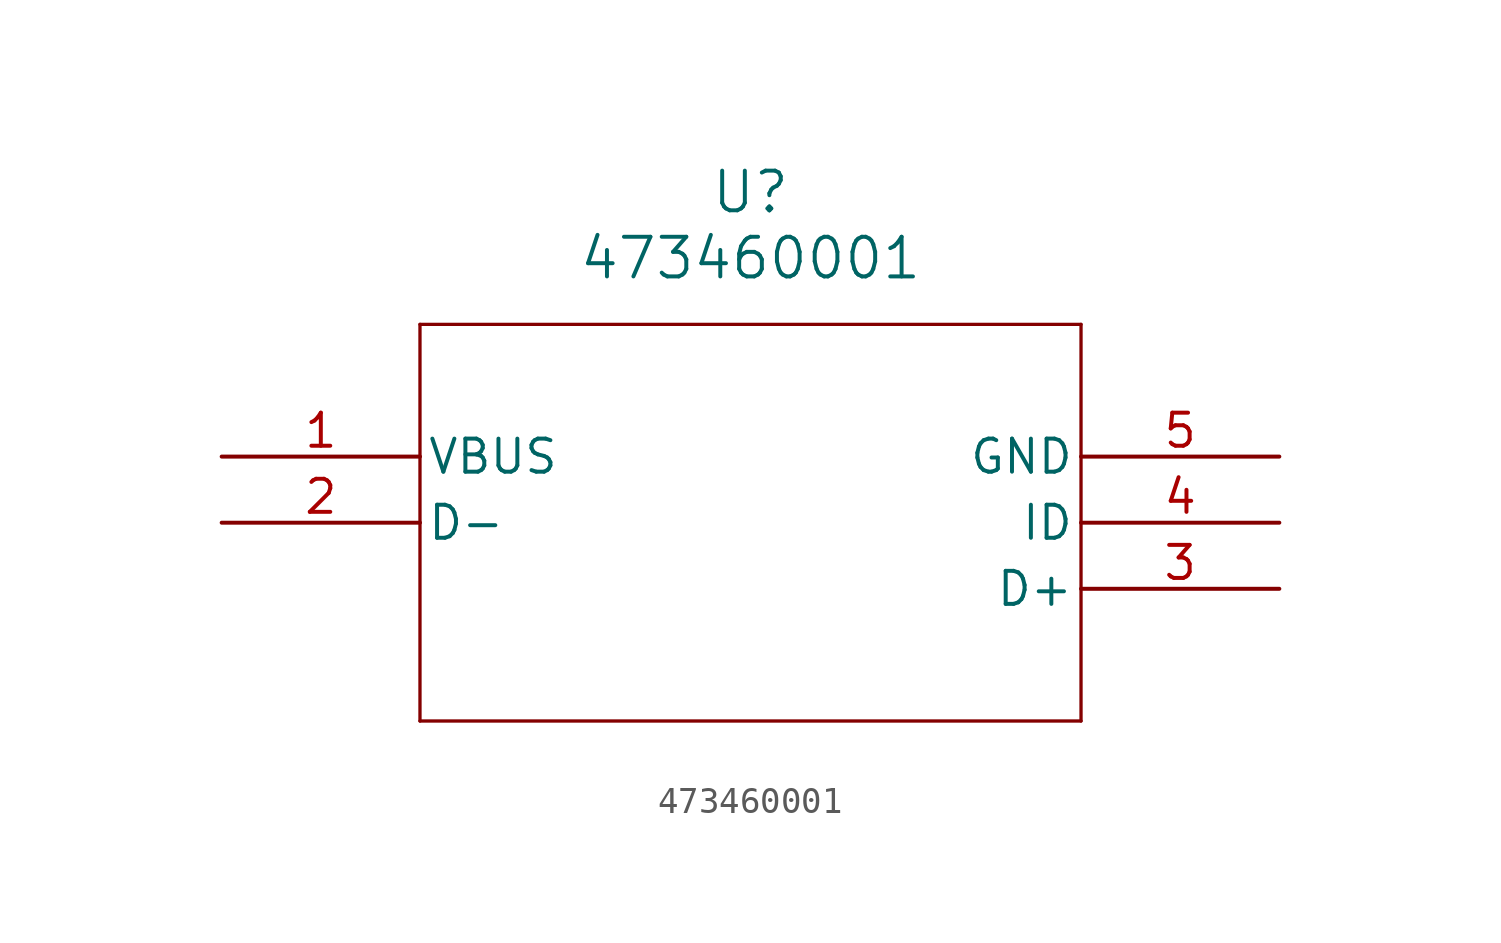
<source format=kicad_sym>
(kicad_symbol_lib
  (version 20211014)
  (generator kicad_symbol_editor)
  (symbol "473460001"
    (pin_names
      (offset 0.254))
    (property "Reference" "U"
      (at 20.32 10.16 0)
      (effects (font (size 1.524 1.524))))
    (property "Value" "473460001"
      (at 20.32 7.62 0)
      (effects (font (size 1.524 1.524))))
    (symbol "473460001_0_1"
      (polyline (pts (xy 7.62 5.08) (xy 7.62 -10.16)) (stroke (width 0.127) (type default) (color 0 0 0 0)) (fill (type none)))
      (polyline (pts (xy 7.62 -10.16) (xy 33.02 -10.16)) (stroke (width 0.127) (type default) (color 0 0 0 0)) (fill (type none)))
      (polyline (pts (xy 33.02 -10.16) (xy 33.02 5.08)) (stroke (width 0.127) (type default) (color 0 0 0 0)) (fill (type none)))
      (polyline (pts (xy 33.02 5.08) (xy 7.62 5.08)) (stroke (width 0.127) (type default) (color 0 0 0 0)) (fill (type none)))
      (pin unspecified line (at 0 0 0) (length 7.62) (name "VBUS" (effects (font (size 1.27 1.27)))) (number "1" (effects (font (size 1.27 1.27)))))
      (pin unspecified line (at 0 -2.54 0) (length 7.62) (name "D-" (effects (font (size 1.27 1.27)))) (number "2" (effects (font (size 1.27 1.27)))))
      (pin unspecified line (at 40.64 -5.08 180) (length 7.62) (name "D+" (effects (font (size 1.27 1.27)))) (number "3" (effects (font (size 1.27 1.27)))))
      (pin unspecified line (at 40.64 -2.54 180) (length 7.62) (name "ID" (effects (font (size 1.27 1.27)))) (number "4" (effects (font (size 1.27 1.27)))))
      (pin power_out line (at 40.64 0 180) (length 7.62) (name "GND" (effects (font (size 1.27 1.27)))) (number "5" (effects (font (size 1.27 1.27))))))))
</source>
